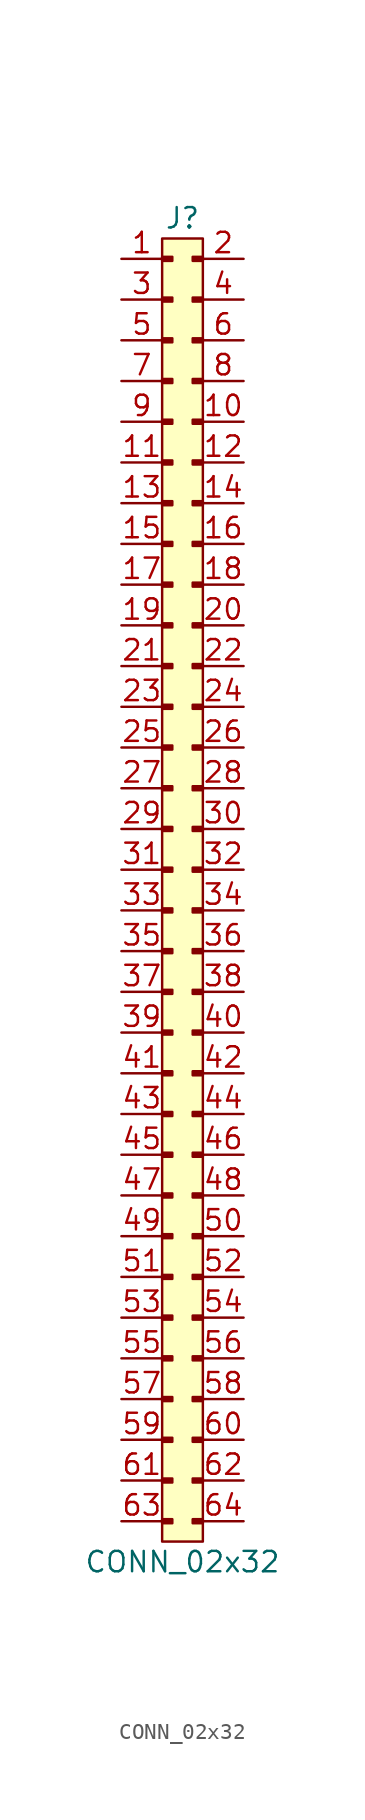
<source format=kicad_sym>
(kicad_symbol_lib
  (version 20211014)
  (generator agg_kicad.build_lib_connector)
  (symbol "CONN_02x32"
    (pin_names hide)
    (property Reference J
      (at -1.27 2.54 0)
      (effects (font (size 1.27 1.27))))
    (property Value "CONN_02x32"
      (at -1.27 -81.28 0)
      (effects (font (size 1.27 1.27))))
    (rectangle
      (start 0 -80.01)
      (end -2.54 1.27)
      (stroke (width 0) (type default) (color 0 0 0 0))
      (fill (type background)))
    (rectangle
      (start 0 0.127)
      (end -0.635 -0.127)
      (stroke (width 0) (type default) (color 0 0 0 0))
      (fill (type outline)))
    (rectangle
      (start -2.54 0.127)
      (end -1.905 -0.127)
      (stroke (width 0) (type default) (color 0 0 0 0))
      (fill (type outline)))
    (rectangle
      (start 0 -2.413)
      (end -0.635 -2.667)
      (stroke (width 0) (type default) (color 0 0 0 0))
      (fill (type outline)))
    (rectangle
      (start -2.54 -2.413)
      (end -1.905 -2.667)
      (stroke (width 0) (type default) (color 0 0 0 0))
      (fill (type outline)))
    (rectangle
      (start 0 -4.953)
      (end -0.635 -5.207)
      (stroke (width 0) (type default) (color 0 0 0 0))
      (fill (type outline)))
    (rectangle
      (start -2.54 -4.953)
      (end -1.905 -5.207)
      (stroke (width 0) (type default) (color 0 0 0 0))
      (fill (type outline)))
    (rectangle
      (start 0 -7.493)
      (end -0.635 -7.747)
      (stroke (width 0) (type default) (color 0 0 0 0))
      (fill (type outline)))
    (rectangle
      (start -2.54 -7.493)
      (end -1.905 -7.747)
      (stroke (width 0) (type default) (color 0 0 0 0))
      (fill (type outline)))
    (rectangle
      (start 0 -10.033)
      (end -0.635 -10.287)
      (stroke (width 0) (type default) (color 0 0 0 0))
      (fill (type outline)))
    (rectangle
      (start -2.54 -10.033)
      (end -1.905 -10.287)
      (stroke (width 0) (type default) (color 0 0 0 0))
      (fill (type outline)))
    (rectangle
      (start 0 -12.573)
      (end -0.635 -12.827)
      (stroke (width 0) (type default) (color 0 0 0 0))
      (fill (type outline)))
    (rectangle
      (start -2.54 -12.573)
      (end -1.905 -12.827)
      (stroke (width 0) (type default) (color 0 0 0 0))
      (fill (type outline)))
    (rectangle
      (start 0 -15.113)
      (end -0.635 -15.367)
      (stroke (width 0) (type default) (color 0 0 0 0))
      (fill (type outline)))
    (rectangle
      (start -2.54 -15.113)
      (end -1.905 -15.367)
      (stroke (width 0) (type default) (color 0 0 0 0))
      (fill (type outline)))
    (rectangle
      (start 0 -17.653)
      (end -0.635 -17.907)
      (stroke (width 0) (type default) (color 0 0 0 0))
      (fill (type outline)))
    (rectangle
      (start -2.54 -17.653)
      (end -1.905 -17.907)
      (stroke (width 0) (type default) (color 0 0 0 0))
      (fill (type outline)))
    (rectangle
      (start 0 -20.193)
      (end -0.635 -20.447)
      (stroke (width 0) (type default) (color 0 0 0 0))
      (fill (type outline)))
    (rectangle
      (start -2.54 -20.193)
      (end -1.905 -20.447)
      (stroke (width 0) (type default) (color 0 0 0 0))
      (fill (type outline)))
    (rectangle
      (start 0 -22.733)
      (end -0.635 -22.987)
      (stroke (width 0) (type default) (color 0 0 0 0))
      (fill (type outline)))
    (rectangle
      (start -2.54 -22.733)
      (end -1.905 -22.987)
      (stroke (width 0) (type default) (color 0 0 0 0))
      (fill (type outline)))
    (rectangle
      (start 0 -25.273)
      (end -0.635 -25.527)
      (stroke (width 0) (type default) (color 0 0 0 0))
      (fill (type outline)))
    (rectangle
      (start -2.54 -25.273)
      (end -1.905 -25.527)
      (stroke (width 0) (type default) (color 0 0 0 0))
      (fill (type outline)))
    (rectangle
      (start 0 -27.813)
      (end -0.635 -28.067)
      (stroke (width 0) (type default) (color 0 0 0 0))
      (fill (type outline)))
    (rectangle
      (start -2.54 -27.813)
      (end -1.905 -28.067)
      (stroke (width 0) (type default) (color 0 0 0 0))
      (fill (type outline)))
    (rectangle
      (start 0 -30.353)
      (end -0.635 -30.607)
      (stroke (width 0) (type default) (color 0 0 0 0))
      (fill (type outline)))
    (rectangle
      (start -2.54 -30.353)
      (end -1.905 -30.607)
      (stroke (width 0) (type default) (color 0 0 0 0))
      (fill (type outline)))
    (rectangle
      (start 0 -32.893)
      (end -0.635 -33.147)
      (stroke (width 0) (type default) (color 0 0 0 0))
      (fill (type outline)))
    (rectangle
      (start -2.54 -32.893)
      (end -1.905 -33.147)
      (stroke (width 0) (type default) (color 0 0 0 0))
      (fill (type outline)))
    (rectangle
      (start 0 -35.433)
      (end -0.635 -35.687)
      (stroke (width 0) (type default) (color 0 0 0 0))
      (fill (type outline)))
    (rectangle
      (start -2.54 -35.433)
      (end -1.905 -35.687)
      (stroke (width 0) (type default) (color 0 0 0 0))
      (fill (type outline)))
    (rectangle
      (start 0 -37.973)
      (end -0.635 -38.227)
      (stroke (width 0) (type default) (color 0 0 0 0))
      (fill (type outline)))
    (rectangle
      (start -2.54 -37.973)
      (end -1.905 -38.227)
      (stroke (width 0) (type default) (color 0 0 0 0))
      (fill (type outline)))
    (rectangle
      (start 0 -40.513)
      (end -0.635 -40.767)
      (stroke (width 0) (type default) (color 0 0 0 0))
      (fill (type outline)))
    (rectangle
      (start -2.54 -40.513)
      (end -1.905 -40.767)
      (stroke (width 0) (type default) (color 0 0 0 0))
      (fill (type outline)))
    (rectangle
      (start 0 -43.053)
      (end -0.635 -43.307)
      (stroke (width 0) (type default) (color 0 0 0 0))
      (fill (type outline)))
    (rectangle
      (start -2.54 -43.053)
      (end -1.905 -43.307)
      (stroke (width 0) (type default) (color 0 0 0 0))
      (fill (type outline)))
    (rectangle
      (start 0 -45.593)
      (end -0.635 -45.847)
      (stroke (width 0) (type default) (color 0 0 0 0))
      (fill (type outline)))
    (rectangle
      (start -2.54 -45.593)
      (end -1.905 -45.847)
      (stroke (width 0) (type default) (color 0 0 0 0))
      (fill (type outline)))
    (rectangle
      (start 0 -48.133)
      (end -0.635 -48.387)
      (stroke (width 0) (type default) (color 0 0 0 0))
      (fill (type outline)))
    (rectangle
      (start -2.54 -48.133)
      (end -1.905 -48.387)
      (stroke (width 0) (type default) (color 0 0 0 0))
      (fill (type outline)))
    (rectangle
      (start 0 -50.673)
      (end -0.635 -50.927)
      (stroke (width 0) (type default) (color 0 0 0 0))
      (fill (type outline)))
    (rectangle
      (start -2.54 -50.673)
      (end -1.905 -50.927)
      (stroke (width 0) (type default) (color 0 0 0 0))
      (fill (type outline)))
    (rectangle
      (start 0 -53.213)
      (end -0.635 -53.467)
      (stroke (width 0) (type default) (color 0 0 0 0))
      (fill (type outline)))
    (rectangle
      (start -2.54 -53.213)
      (end -1.905 -53.467)
      (stroke (width 0) (type default) (color 0 0 0 0))
      (fill (type outline)))
    (rectangle
      (start 0 -55.753)
      (end -0.635 -56.007)
      (stroke (width 0) (type default) (color 0 0 0 0))
      (fill (type outline)))
    (rectangle
      (start -2.54 -55.753)
      (end -1.905 -56.007)
      (stroke (width 0) (type default) (color 0 0 0 0))
      (fill (type outline)))
    (rectangle
      (start 0 -58.293)
      (end -0.635 -58.547)
      (stroke (width 0) (type default) (color 0 0 0 0))
      (fill (type outline)))
    (rectangle
      (start -2.54 -58.293)
      (end -1.905 -58.547)
      (stroke (width 0) (type default) (color 0 0 0 0))
      (fill (type outline)))
    (rectangle
      (start 0 -60.833)
      (end -0.635 -61.087)
      (stroke (width 0) (type default) (color 0 0 0 0))
      (fill (type outline)))
    (rectangle
      (start -2.54 -60.833)
      (end -1.905 -61.087)
      (stroke (width 0) (type default) (color 0 0 0 0))
      (fill (type outline)))
    (rectangle
      (start 0 -63.373)
      (end -0.635 -63.627)
      (stroke (width 0) (type default) (color 0 0 0 0))
      (fill (type outline)))
    (rectangle
      (start -2.54 -63.373)
      (end -1.905 -63.627)
      (stroke (width 0) (type default) (color 0 0 0 0))
      (fill (type outline)))
    (rectangle
      (start 0 -65.913)
      (end -0.635 -66.167)
      (stroke (width 0) (type default) (color 0 0 0 0))
      (fill (type outline)))
    (rectangle
      (start -2.54 -65.913)
      (end -1.905 -66.167)
      (stroke (width 0) (type default) (color 0 0 0 0))
      (fill (type outline)))
    (rectangle
      (start 0 -68.453)
      (end -0.635 -68.707)
      (stroke (width 0) (type default) (color 0 0 0 0))
      (fill (type outline)))
    (rectangle
      (start -2.54 -68.453)
      (end -1.905 -68.707)
      (stroke (width 0) (type default) (color 0 0 0 0))
      (fill (type outline)))
    (rectangle
      (start 0 -70.993)
      (end -0.635 -71.247)
      (stroke (width 0) (type default) (color 0 0 0 0))
      (fill (type outline)))
    (rectangle
      (start -2.54 -70.993)
      (end -1.905 -71.247)
      (stroke (width 0) (type default) (color 0 0 0 0))
      (fill (type outline)))
    (rectangle
      (start 0 -73.533)
      (end -0.635 -73.787)
      (stroke (width 0) (type default) (color 0 0 0 0))
      (fill (type outline)))
    (rectangle
      (start -2.54 -73.533)
      (end -1.905 -73.787)
      (stroke (width 0) (type default) (color 0 0 0 0))
      (fill (type outline)))
    (rectangle
      (start 0 -76.073)
      (end -0.635 -76.327)
      (stroke (width 0) (type default) (color 0 0 0 0))
      (fill (type outline)))
    (rectangle
      (start -2.54 -76.073)
      (end -1.905 -76.327)
      (stroke (width 0) (type default) (color 0 0 0 0))
      (fill (type outline)))
    (rectangle
      (start 0 -78.613)
      (end -0.635 -78.867)
      (stroke (width 0) (type default) (color 0 0 0 0))
      (fill (type outline)))
    (rectangle
      (start -2.54 -78.613)
      (end -1.905 -78.867)
      (stroke (width 0) (type default) (color 0 0 0 0))
      (fill (type outline)))
    (pin passive line
      (at 2.54 0 180)
      (length 2.54)
      (name "2" (effects (font (size 1.27 1.27))))
      (number "2" (effects (font (size 1.27 1.27)))))
    (pin passive line
      (at -5.08 0 0)
      (length 2.54)
      (name "1" (effects (font (size 1.27 1.27))))
      (number "1" (effects (font (size 1.27 1.27)))))
    (pin passive line
      (at 2.54 -2.54 180)
      (length 2.54)
      (name "4" (effects (font (size 1.27 1.27))))
      (number "4" (effects (font (size 1.27 1.27)))))
    (pin passive line
      (at -5.08 -2.54 0)
      (length 2.54)
      (name "3" (effects (font (size 1.27 1.27))))
      (number "3" (effects (font (size 1.27 1.27)))))
    (pin passive line
      (at 2.54 -5.08 180)
      (length 2.54)
      (name "6" (effects (font (size 1.27 1.27))))
      (number "6" (effects (font (size 1.27 1.27)))))
    (pin passive line
      (at -5.08 -5.08 0)
      (length 2.54)
      (name "5" (effects (font (size 1.27 1.27))))
      (number "5" (effects (font (size 1.27 1.27)))))
    (pin passive line
      (at 2.54 -7.62 180)
      (length 2.54)
      (name "8" (effects (font (size 1.27 1.27))))
      (number "8" (effects (font (size 1.27 1.27)))))
    (pin passive line
      (at -5.08 -7.62 0)
      (length 2.54)
      (name "7" (effects (font (size 1.27 1.27))))
      (number "7" (effects (font (size 1.27 1.27)))))
    (pin passive line
      (at 2.54 -10.16 180)
      (length 2.54)
      (name "10" (effects (font (size 1.27 1.27))))
      (number "10" (effects (font (size 1.27 1.27)))))
    (pin passive line
      (at -5.08 -10.16 0)
      (length 2.54)
      (name "9" (effects (font (size 1.27 1.27))))
      (number "9" (effects (font (size 1.27 1.27)))))
    (pin passive line
      (at 2.54 -12.7 180)
      (length 2.54)
      (name "12" (effects (font (size 1.27 1.27))))
      (number "12" (effects (font (size 1.27 1.27)))))
    (pin passive line
      (at -5.08 -12.7 0)
      (length 2.54)
      (name "11" (effects (font (size 1.27 1.27))))
      (number "11" (effects (font (size 1.27 1.27)))))
    (pin passive line
      (at 2.54 -15.24 180)
      (length 2.54)
      (name "14" (effects (font (size 1.27 1.27))))
      (number "14" (effects (font (size 1.27 1.27)))))
    (pin passive line
      (at -5.08 -15.24 0)
      (length 2.54)
      (name "13" (effects (font (size 1.27 1.27))))
      (number "13" (effects (font (size 1.27 1.27)))))
    (pin passive line
      (at 2.54 -17.78 180)
      (length 2.54)
      (name "16" (effects (font (size 1.27 1.27))))
      (number "16" (effects (font (size 1.27 1.27)))))
    (pin passive line
      (at -5.08 -17.78 0)
      (length 2.54)
      (name "15" (effects (font (size 1.27 1.27))))
      (number "15" (effects (font (size 1.27 1.27)))))
    (pin passive line
      (at 2.54 -20.32 180)
      (length 2.54)
      (name "18" (effects (font (size 1.27 1.27))))
      (number "18" (effects (font (size 1.27 1.27)))))
    (pin passive line
      (at -5.08 -20.32 0)
      (length 2.54)
      (name "17" (effects (font (size 1.27 1.27))))
      (number "17" (effects (font (size 1.27 1.27)))))
    (pin passive line
      (at 2.54 -22.86 180)
      (length 2.54)
      (name "20" (effects (font (size 1.27 1.27))))
      (number "20" (effects (font (size 1.27 1.27)))))
    (pin passive line
      (at -5.08 -22.86 0)
      (length 2.54)
      (name "19" (effects (font (size 1.27 1.27))))
      (number "19" (effects (font (size 1.27 1.27)))))
    (pin passive line
      (at 2.54 -25.4 180)
      (length 2.54)
      (name "22" (effects (font (size 1.27 1.27))))
      (number "22" (effects (font (size 1.27 1.27)))))
    (pin passive line
      (at -5.08 -25.4 0)
      (length 2.54)
      (name "21" (effects (font (size 1.27 1.27))))
      (number "21" (effects (font (size 1.27 1.27)))))
    (pin passive line
      (at 2.54 -27.94 180)
      (length 2.54)
      (name "24" (effects (font (size 1.27 1.27))))
      (number "24" (effects (font (size 1.27 1.27)))))
    (pin passive line
      (at -5.08 -27.94 0)
      (length 2.54)
      (name "23" (effects (font (size 1.27 1.27))))
      (number "23" (effects (font (size 1.27 1.27)))))
    (pin passive line
      (at 2.54 -30.48 180)
      (length 2.54)
      (name "26" (effects (font (size 1.27 1.27))))
      (number "26" (effects (font (size 1.27 1.27)))))
    (pin passive line
      (at -5.08 -30.48 0)
      (length 2.54)
      (name "25" (effects (font (size 1.27 1.27))))
      (number "25" (effects (font (size 1.27 1.27)))))
    (pin passive line
      (at 2.54 -33.02 180)
      (length 2.54)
      (name "28" (effects (font (size 1.27 1.27))))
      (number "28" (effects (font (size 1.27 1.27)))))
    (pin passive line
      (at -5.08 -33.02 0)
      (length 2.54)
      (name "27" (effects (font (size 1.27 1.27))))
      (number "27" (effects (font (size 1.27 1.27)))))
    (pin passive line
      (at 2.54 -35.56 180)
      (length 2.54)
      (name "30" (effects (font (size 1.27 1.27))))
      (number "30" (effects (font (size 1.27 1.27)))))
    (pin passive line
      (at -5.08 -35.56 0)
      (length 2.54)
      (name "29" (effects (font (size 1.27 1.27))))
      (number "29" (effects (font (size 1.27 1.27)))))
    (pin passive line
      (at 2.54 -38.1 180)
      (length 2.54)
      (name "32" (effects (font (size 1.27 1.27))))
      (number "32" (effects (font (size 1.27 1.27)))))
    (pin passive line
      (at -5.08 -38.1 0)
      (length 2.54)
      (name "31" (effects (font (size 1.27 1.27))))
      (number "31" (effects (font (size 1.27 1.27)))))
    (pin passive line
      (at 2.54 -40.64 180)
      (length 2.54)
      (name "34" (effects (font (size 1.27 1.27))))
      (number "34" (effects (font (size 1.27 1.27)))))
    (pin passive line
      (at -5.08 -40.64 0)
      (length 2.54)
      (name "33" (effects (font (size 1.27 1.27))))
      (number "33" (effects (font (size 1.27 1.27)))))
    (pin passive line
      (at 2.54 -43.18 180)
      (length 2.54)
      (name "36" (effects (font (size 1.27 1.27))))
      (number "36" (effects (font (size 1.27 1.27)))))
    (pin passive line
      (at -5.08 -43.18 0)
      (length 2.54)
      (name "35" (effects (font (size 1.27 1.27))))
      (number "35" (effects (font (size 1.27 1.27)))))
    (pin passive line
      (at 2.54 -45.72 180)
      (length 2.54)
      (name "38" (effects (font (size 1.27 1.27))))
      (number "38" (effects (font (size 1.27 1.27)))))
    (pin passive line
      (at -5.08 -45.72 0)
      (length 2.54)
      (name "37" (effects (font (size 1.27 1.27))))
      (number "37" (effects (font (size 1.27 1.27)))))
    (pin passive line
      (at 2.54 -48.26 180)
      (length 2.54)
      (name "40" (effects (font (size 1.27 1.27))))
      (number "40" (effects (font (size 1.27 1.27)))))
    (pin passive line
      (at -5.08 -48.26 0)
      (length 2.54)
      (name "39" (effects (font (size 1.27 1.27))))
      (number "39" (effects (font (size 1.27 1.27)))))
    (pin passive line
      (at 2.54 -50.8 180)
      (length 2.54)
      (name "42" (effects (font (size 1.27 1.27))))
      (number "42" (effects (font (size 1.27 1.27)))))
    (pin passive line
      (at -5.08 -50.8 0)
      (length 2.54)
      (name "41" (effects (font (size 1.27 1.27))))
      (number "41" (effects (font (size 1.27 1.27)))))
    (pin passive line
      (at 2.54 -53.34 180)
      (length 2.54)
      (name "44" (effects (font (size 1.27 1.27))))
      (number "44" (effects (font (size 1.27 1.27)))))
    (pin passive line
      (at -5.08 -53.34 0)
      (length 2.54)
      (name "43" (effects (font (size 1.27 1.27))))
      (number "43" (effects (font (size 1.27 1.27)))))
    (pin passive line
      (at 2.54 -55.88 180)
      (length 2.54)
      (name "46" (effects (font (size 1.27 1.27))))
      (number "46" (effects (font (size 1.27 1.27)))))
    (pin passive line
      (at -5.08 -55.88 0)
      (length 2.54)
      (name "45" (effects (font (size 1.27 1.27))))
      (number "45" (effects (font (size 1.27 1.27)))))
    (pin passive line
      (at 2.54 -58.42 180)
      (length 2.54)
      (name "48" (effects (font (size 1.27 1.27))))
      (number "48" (effects (font (size 1.27 1.27)))))
    (pin passive line
      (at -5.08 -58.42 0)
      (length 2.54)
      (name "47" (effects (font (size 1.27 1.27))))
      (number "47" (effects (font (size 1.27 1.27)))))
    (pin passive line
      (at 2.54 -60.96 180)
      (length 2.54)
      (name "50" (effects (font (size 1.27 1.27))))
      (number "50" (effects (font (size 1.27 1.27)))))
    (pin passive line
      (at -5.08 -60.96 0)
      (length 2.54)
      (name "49" (effects (font (size 1.27 1.27))))
      (number "49" (effects (font (size 1.27 1.27)))))
    (pin passive line
      (at 2.54 -63.5 180)
      (length 2.54)
      (name "52" (effects (font (size 1.27 1.27))))
      (number "52" (effects (font (size 1.27 1.27)))))
    (pin passive line
      (at -5.08 -63.5 0)
      (length 2.54)
      (name "51" (effects (font (size 1.27 1.27))))
      (number "51" (effects (font (size 1.27 1.27)))))
    (pin passive line
      (at 2.54 -66.04 180)
      (length 2.54)
      (name "54" (effects (font (size 1.27 1.27))))
      (number "54" (effects (font (size 1.27 1.27)))))
    (pin passive line
      (at -5.08 -66.04 0)
      (length 2.54)
      (name "53" (effects (font (size 1.27 1.27))))
      (number "53" (effects (font (size 1.27 1.27)))))
    (pin passive line
      (at 2.54 -68.58 180)
      (length 2.54)
      (name "56" (effects (font (size 1.27 1.27))))
      (number "56" (effects (font (size 1.27 1.27)))))
    (pin passive line
      (at -5.08 -68.58 0)
      (length 2.54)
      (name "55" (effects (font (size 1.27 1.27))))
      (number "55" (effects (font (size 1.27 1.27)))))
    (pin passive line
      (at 2.54 -71.12 180)
      (length 2.54)
      (name "58" (effects (font (size 1.27 1.27))))
      (number "58" (effects (font (size 1.27 1.27)))))
    (pin passive line
      (at -5.08 -71.12 0)
      (length 2.54)
      (name "57" (effects (font (size 1.27 1.27))))
      (number "57" (effects (font (size 1.27 1.27)))))
    (pin passive line
      (at 2.54 -73.66 180)
      (length 2.54)
      (name "60" (effects (font (size 1.27 1.27))))
      (number "60" (effects (font (size 1.27 1.27)))))
    (pin passive line
      (at -5.08 -73.66 0)
      (length 2.54)
      (name "59" (effects (font (size 1.27 1.27))))
      (number "59" (effects (font (size 1.27 1.27)))))
    (pin passive line
      (at 2.54 -76.2 180)
      (length 2.54)
      (name "62" (effects (font (size 1.27 1.27))))
      (number "62" (effects (font (size 1.27 1.27)))))
    (pin passive line
      (at -5.08 -76.2 0)
      (length 2.54)
      (name "61" (effects (font (size 1.27 1.27))))
      (number "61" (effects (font (size 1.27 1.27)))))
    (pin passive line
      (at 2.54 -78.74 180)
      (length 2.54)
      (name "64" (effects (font (size 1.27 1.27))))
      (number "64" (effects (font (size 1.27 1.27)))))
    (pin passive line
      (at -5.08 -78.74 0)
      (length 2.54)
      (name "63" (effects (font (size 1.27 1.27))))
      (number "63" (effects (font (size 1.27 1.27)))))))
</source>
